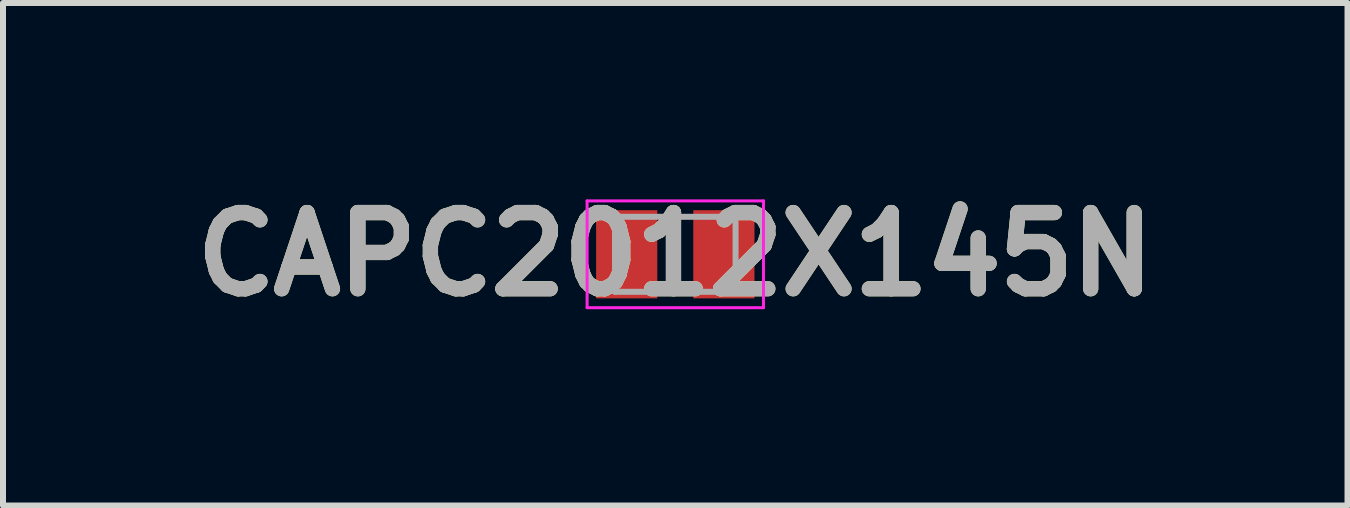
<source format=kicad_pcb>
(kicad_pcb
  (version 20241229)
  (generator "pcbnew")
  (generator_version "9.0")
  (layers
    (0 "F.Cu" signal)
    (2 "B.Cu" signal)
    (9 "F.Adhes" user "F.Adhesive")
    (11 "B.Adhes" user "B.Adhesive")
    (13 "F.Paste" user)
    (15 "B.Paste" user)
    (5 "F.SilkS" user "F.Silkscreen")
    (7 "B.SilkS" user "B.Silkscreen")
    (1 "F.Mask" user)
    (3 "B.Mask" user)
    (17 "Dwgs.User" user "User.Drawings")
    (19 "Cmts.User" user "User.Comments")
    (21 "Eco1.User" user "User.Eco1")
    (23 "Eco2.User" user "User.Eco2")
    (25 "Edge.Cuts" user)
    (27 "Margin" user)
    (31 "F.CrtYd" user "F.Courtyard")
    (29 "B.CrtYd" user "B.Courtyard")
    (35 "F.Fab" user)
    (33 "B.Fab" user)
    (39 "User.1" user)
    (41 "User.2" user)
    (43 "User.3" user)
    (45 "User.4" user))
  (footprint "CAPC2012X145N"
    (layer "F.Cu")
    (at 8.207 1.189)
    (property "Reference" "CAPC2012X145N" (at 0 0 0) (layer "F.SilkS") (effects (font (size 1.27 1.27) (thickness 0.254))))
    (attr smd)
    (fp_line (start -1.47 -0.89) (end 1.47 -0.89) (stroke (width 0.05) (type solid)) (layer "F.CrtYd"))
    (fp_line (start -1.47 0.89) (end -1.47 -0.89) (stroke (width 0.05) (type solid)) (layer "F.CrtYd"))
    (fp_line (start 1.47 -0.89) (end 1.47 0.89) (stroke (width 0.05) (type solid)) (layer "F.CrtYd"))
    (fp_line (start 1.47 0.89) (end -1.47 0.89) (stroke (width 0.05) (type solid)) (layer "F.CrtYd"))
    (fp_line (start -1.005 -0.625) (end 1.005 -0.625) (stroke (width 0.1) (type solid)) (layer "F.Fab"))
    (fp_line (start -1.005 0.625) (end -1.005 -0.625) (stroke (width 0.1) (type solid)) (layer "F.Fab"))
    (fp_line (start 1.005 -0.625) (end 1.005 0.625) (stroke (width 0.1) (type solid)) (layer "F.Fab"))
    (fp_line (start 1.005 0.625) (end -1.005 0.625) (stroke (width 0.1) (type solid)) (layer "F.Fab"))
    (fp_text user "${REFERENCE}" (at 0 0 0) (layer "F.Fab") (effects (font (size 1.27 1.27) (thickness 0.254))))
    (pad "1" smd rect (at -0.81 0) (size 1.02 1.47) (layers "F.Cu" "F.Mask" "F.Paste"))
    (pad "2" smd rect (at 0.81 0) (size 1.02 1.47) (layers "F.Cu" "F.Mask" "F.Paste")))
  (gr_rect
    (start -3 -3)
    (end 19.413 5.377)
    (stroke (width 0.1) (type default))
    (fill no)
    (layer "Edge.Cuts")))
</source>
